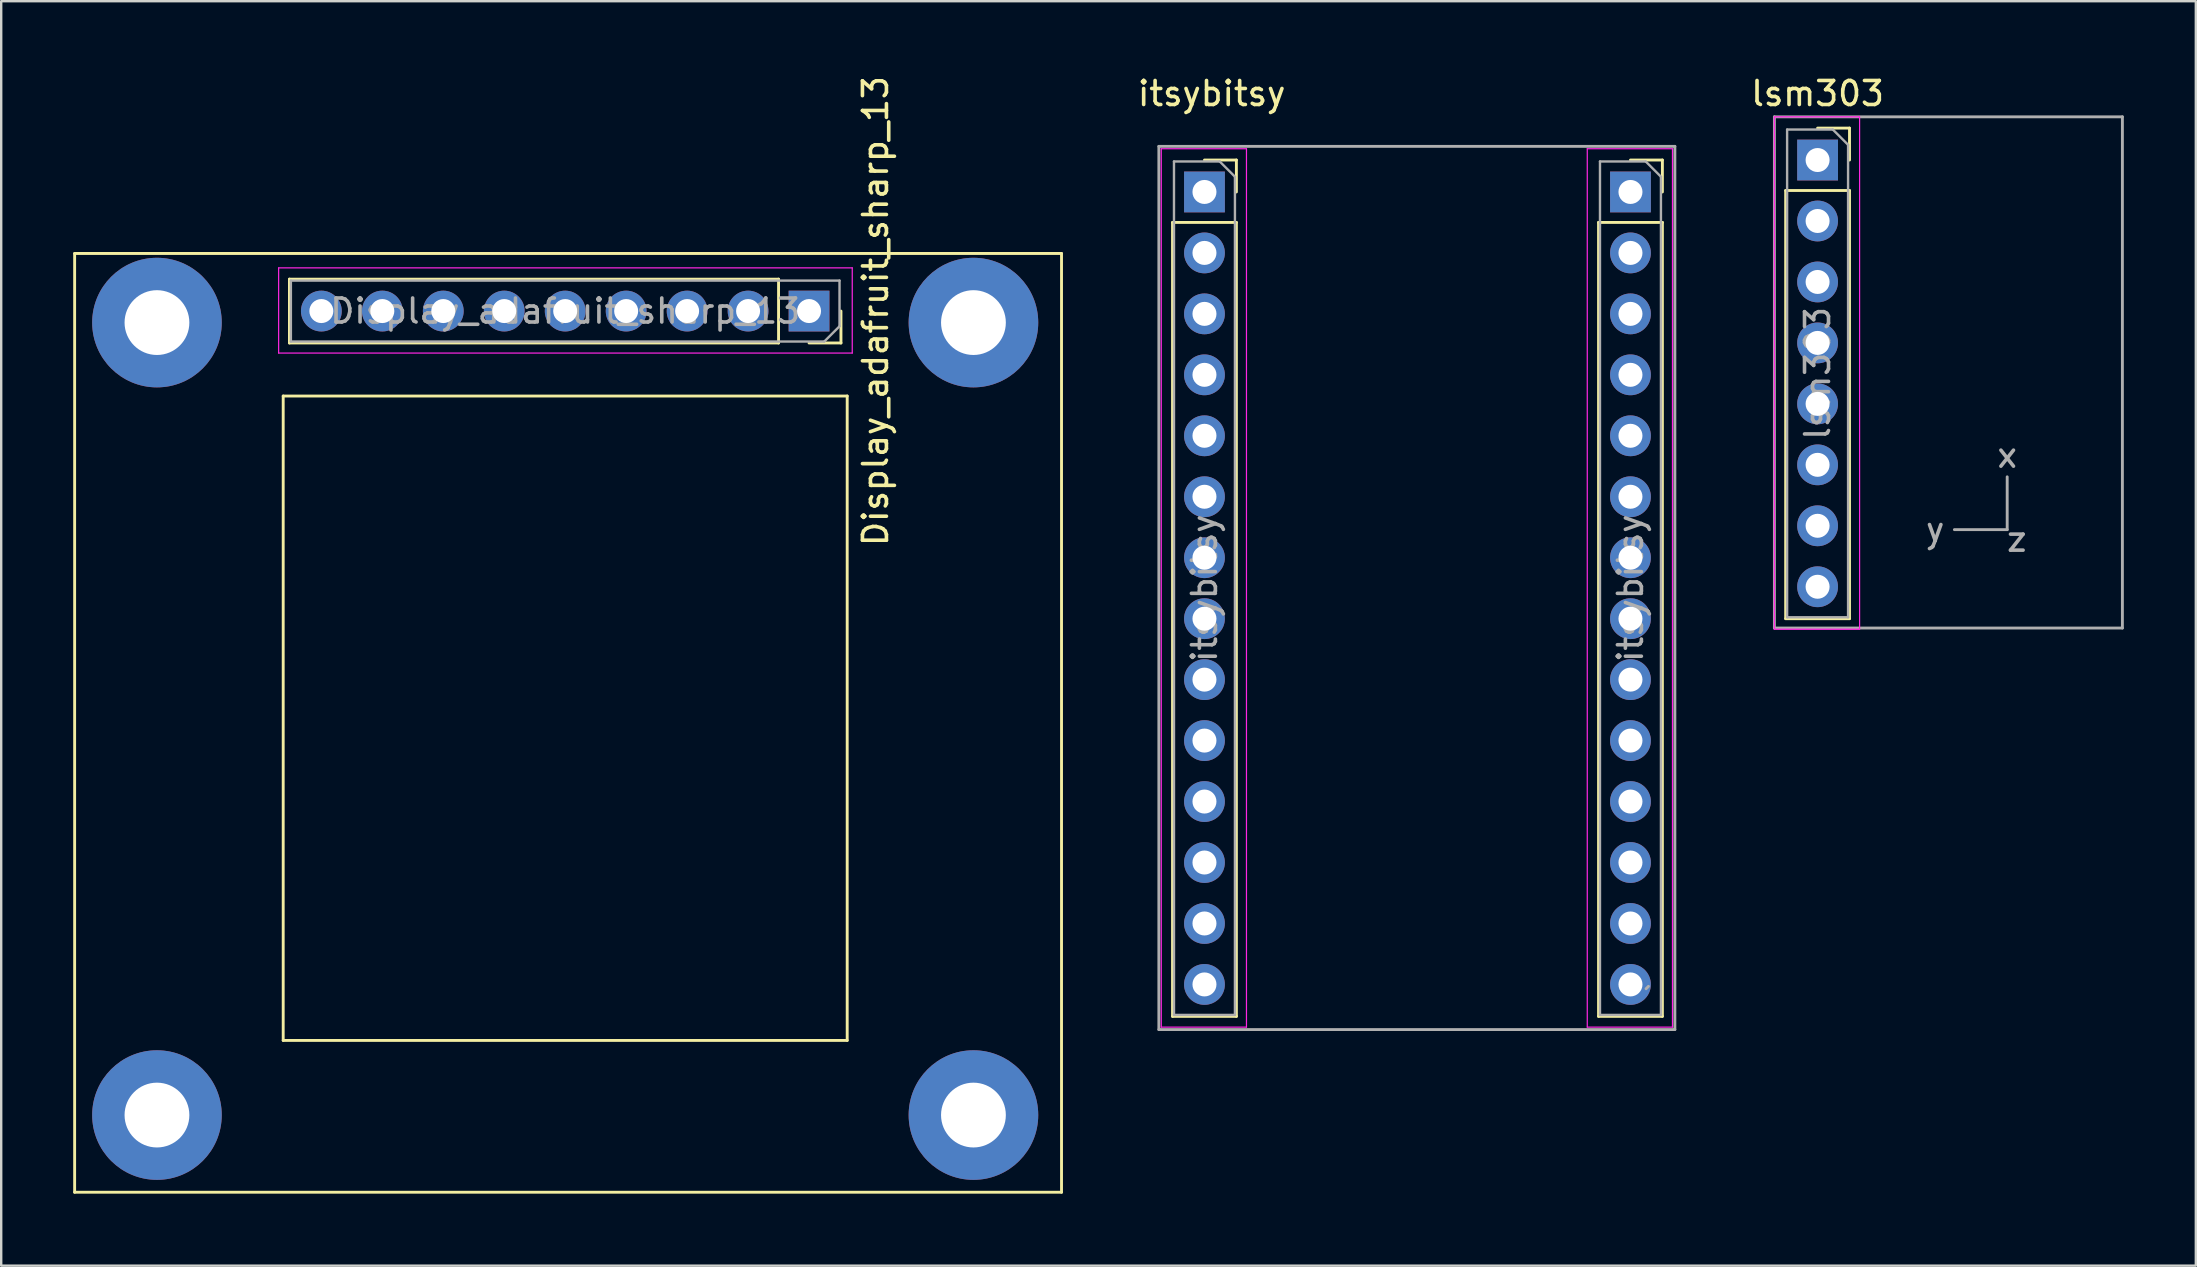
<source format=kicad_pcb>
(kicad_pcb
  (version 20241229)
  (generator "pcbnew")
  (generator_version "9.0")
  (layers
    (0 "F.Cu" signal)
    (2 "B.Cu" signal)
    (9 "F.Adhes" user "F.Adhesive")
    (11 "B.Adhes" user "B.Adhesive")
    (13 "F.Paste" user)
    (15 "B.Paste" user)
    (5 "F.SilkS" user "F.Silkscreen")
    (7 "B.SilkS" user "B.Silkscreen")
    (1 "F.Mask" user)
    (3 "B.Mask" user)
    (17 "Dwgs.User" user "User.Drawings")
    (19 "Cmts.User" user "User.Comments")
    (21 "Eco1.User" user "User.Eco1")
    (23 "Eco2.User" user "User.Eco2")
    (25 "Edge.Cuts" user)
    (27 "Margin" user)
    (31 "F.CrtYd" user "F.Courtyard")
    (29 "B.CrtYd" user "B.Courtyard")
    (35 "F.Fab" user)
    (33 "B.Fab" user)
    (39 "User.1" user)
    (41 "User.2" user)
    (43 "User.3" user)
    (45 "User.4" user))
  (footprint "itsybitsy"
    (layer "F.Cu")
    (at 47.136 4.948)
    (property "Reference" "itsybitsy" (at 0.3 -4.1 0) (layer "F.SilkS") (effects (font (size 1 1) (thickness 0.15))))
    (attr through_hole)
    (fp_line (start -1.33 1.27) (end -1.33 34.35) (stroke (width 0.12) (type solid)) (layer "F.SilkS"))
    (fp_line (start -1.33 1.27) (end 1.33 1.27) (stroke (width 0.12) (type solid)) (layer "F.SilkS"))
    (fp_line (start -1.33 34.35) (end 1.33 34.35) (stroke (width 0.12) (type solid)) (layer "F.SilkS"))
    (fp_line (start 0 -1.33) (end 1.33 -1.33) (stroke (width 0.12) (type solid)) (layer "F.SilkS"))
    (fp_line (start 1.33 -1.33) (end 1.33 0) (stroke (width 0.12) (type solid)) (layer "F.SilkS"))
    (fp_line (start 1.33 1.27) (end 1.33 34.35) (stroke (width 0.12) (type solid)) (layer "F.SilkS"))
    (fp_line (start 16.42 1.27) (end 16.42 34.35) (stroke (width 0.12) (type solid)) (layer "F.SilkS"))
    (fp_line (start 16.42 1.27) (end 19.08 1.27) (stroke (width 0.12) (type solid)) (layer "F.SilkS"))
    (fp_line (start 16.42 34.35) (end 19.08 34.35) (stroke (width 0.12) (type solid)) (layer "F.SilkS"))
    (fp_line (start 17.75 -1.33) (end 19.08 -1.33) (stroke (width 0.12) (type solid)) (layer "F.SilkS"))
    (fp_line (start 19.08 -1.33) (end 19.08 0) (stroke (width 0.12) (type solid)) (layer "F.SilkS"))
    (fp_line (start 19.08 1.27) (end 19.08 34.35) (stroke (width 0.12) (type solid)) (layer "F.SilkS"))
    (fp_line (start -1.8 -1.8) (end 1.75 -1.8) (stroke (width 0.05) (type solid)) (layer "F.CrtYd"))
    (fp_line (start -1.8 34.8) (end -1.8 -1.8) (stroke (width 0.05) (type solid)) (layer "F.CrtYd"))
    (fp_line (start 1.75 -1.8) (end 1.75 34.8) (stroke (width 0.05) (type solid)) (layer "F.CrtYd"))
    (fp_line (start 1.75 34.8) (end -1.8 34.8) (stroke (width 0.05) (type solid)) (layer "F.CrtYd"))
    (fp_line (start 15.95 -1.8) (end 19.5 -1.8) (stroke (width 0.05) (type solid)) (layer "F.CrtYd"))
    (fp_line (start 15.95 34.8) (end 15.95 -1.8) (stroke (width 0.05) (type solid)) (layer "F.CrtYd"))
    (fp_line (start 19.5 -1.8) (end 19.5 34.8) (stroke (width 0.05) (type solid)) (layer "F.CrtYd"))
    (fp_line (start 19.5 34.8) (end 15.95 34.8) (stroke (width 0.05) (type solid)) (layer "F.CrtYd"))
    (fp_line (start -1.9 -1.9) (end -1.9 34.9) (stroke (width 0.12) (type solid)) (layer "F.Fab"))
    (fp_line (start -1.9 34.9) (end 19.6 34.9) (stroke (width 0.12) (type solid)) (layer "F.Fab"))
    (fp_line (start -1.27 -1.27) (end 0.635 -1.27) (stroke (width 0.1) (type solid)) (layer "F.Fab"))
    (fp_line (start -1.27 34.29) (end -1.27 -1.27) (stroke (width 0.1) (type solid)) (layer "F.Fab"))
    (fp_line (start 0.635 -1.27) (end 1.27 -0.635) (stroke (width 0.1) (type solid)) (layer "F.Fab"))
    (fp_line (start 1.27 -0.635) (end 1.27 34.29) (stroke (width 0.1) (type solid)) (layer "F.Fab"))
    (fp_line (start 1.27 34.29) (end -1.27 34.29) (stroke (width 0.1) (type solid)) (layer "F.Fab"))
    (fp_line (start 16.48 -1.27) (end 18.385 -1.27) (stroke (width 0.1) (type solid)) (layer "F.Fab"))
    (fp_line (start 16.48 34.29) (end 16.48 -1.27) (stroke (width 0.1) (type solid)) (layer "F.Fab"))
    (fp_line (start 18.385 -1.27) (end 19.02 -0.635) (stroke (width 0.1) (type solid)) (layer "F.Fab"))
    (fp_line (start 18.5 33.1) (end 18.4 33.2) (stroke (width 0.12) (type solid)) (layer "F.Fab"))
    (fp_line (start 19.02 -0.635) (end 19.02 34.29) (stroke (width 0.1) (type solid)) (layer "F.Fab"))
    (fp_line (start 19.02 34.29) (end 16.48 34.29) (stroke (width 0.1) (type solid)) (layer "F.Fab"))
    (fp_line (start 19.6 -1.9) (end -1.9 -1.9) (stroke (width 0.12) (type solid)) (layer "F.Fab"))
    (fp_line (start 19.6 34.9) (end 19.6 -1.9) (stroke (width 0.12) (type solid)) (layer "F.Fab"))
    (fp_text user "${REFERENCE}" (at 0 16.51 90) (layer "F.Fab") (effects (font (size 1 1) (thickness 0.15))))
    (fp_text user "${REFERENCE}" (at 17.75 16.51 90) (layer "F.Fab") (effects (font (size 1 1) (thickness 0.15))))
    (pad "1" thru_hole rect (at 0 0) (size 1.7 1.7) (drill 1) (layers "*.Cu" "*.Mask"))
    (pad "2" thru_hole oval (at 0 2.54) (size 1.7 1.7) (drill 1) (layers "*.Cu" "*.Mask"))
    (pad "3" thru_hole oval (at 0 5.08) (size 1.7 1.7) (drill 1) (layers "*.Cu" "*.Mask"))
    (pad "4" thru_hole oval (at 0 7.62) (size 1.7 1.7) (drill 1) (layers "*.Cu" "*.Mask"))
    (pad "5" thru_hole oval (at 0 10.16) (size 1.7 1.7) (drill 1) (layers "*.Cu" "*.Mask"))
    (pad "6" thru_hole oval (at 0 12.7) (size 1.7 1.7) (drill 1) (layers "*.Cu" "*.Mask"))
    (pad "7" thru_hole oval (at 0 15.24) (size 1.7 1.7) (drill 1) (layers "*.Cu" "*.Mask"))
    (pad "8" thru_hole oval (at 0 17.78) (size 1.7 1.7) (drill 1) (layers "*.Cu" "*.Mask"))
    (pad "9" thru_hole oval (at 0 20.32) (size 1.7 1.7) (drill 1) (layers "*.Cu" "*.Mask"))
    (pad "10" thru_hole oval (at 0 22.86) (size 1.7 1.7) (drill 1) (layers "*.Cu" "*.Mask"))
    (pad "11" thru_hole oval (at 0 25.4) (size 1.7 1.7) (drill 1) (layers "*.Cu" "*.Mask"))
    (pad "12" thru_hole oval (at 0 27.94) (size 1.7 1.7) (drill 1) (layers "*.Cu" "*.Mask"))
    (pad "13" thru_hole oval (at 0 30.48) (size 1.7 1.7) (drill 1) (layers "*.Cu" "*.Mask"))
    (pad "14" thru_hole oval (at 0 33.02) (size 1.7 1.7) (drill 1) (layers "*.Cu" "*.Mask"))
    (pad "15" thru_hole oval (at 17.75 33.02) (size 1.7 1.7) (drill 1) (layers "*.Cu" "*.Mask"))
    (pad "16" thru_hole oval (at 17.75 30.48) (size 1.7 1.7) (drill 1) (layers "*.Cu" "*.Mask"))
    (pad "17" thru_hole oval (at 17.75 27.94) (size 1.7 1.7) (drill 1) (layers "*.Cu" "*.Mask"))
    (pad "18" thru_hole oval (at 17.75 25.4) (size 1.7 1.7) (drill 1) (layers "*.Cu" "*.Mask"))
    (pad "19" thru_hole oval (at 17.75 22.86) (size 1.7 1.7) (drill 1) (layers "*.Cu" "*.Mask"))
    (pad "20" thru_hole oval (at 17.75 20.32) (size 1.7 1.7) (drill 1) (layers "*.Cu" "*.Mask"))
    (pad "21" thru_hole oval (at 17.75 17.78) (size 1.7 1.7) (drill 1) (layers "*.Cu" "*.Mask"))
    (pad "22" thru_hole oval (at 17.75 15.24) (size 1.7 1.7) (drill 1) (layers "*.Cu" "*.Mask"))
    (pad "23" thru_hole oval (at 17.75 12.7) (size 1.7 1.7) (drill 1) (layers "*.Cu" "*.Mask"))
    (pad "24" thru_hole oval (at 17.75 10.16) (size 1.7 1.7) (drill 1) (layers "*.Cu" "*.Mask"))
    (pad "25" thru_hole oval (at 17.75 7.62) (size 1.7 1.7) (drill 1) (layers "*.Cu" "*.Mask"))
    (pad "26" thru_hole oval (at 17.75 5.08) (size 1.7 1.7) (drill 1) (layers "*.Cu" "*.Mask"))
    (pad "27" thru_hole oval (at 17.75 2.54) (size 1.7 1.7) (drill 1) (layers "*.Cu" "*.Mask"))
    (pad "28" thru_hole rect (at 17.75 0) (size 1.7 1.7) (drill 1) (layers "*.Cu" "*.Mask")))
  (footprint "Display_adafruit_sharp_13"
    (layer "F.Cu")
    (at 10.34 9.911)
    (property "Reference" "Display_adafruit_sharp_13" (at 23.09 0 270) (layer "F.SilkS") (effects (font (size 1 1) (thickness 0.15))))
    (attr through_hole)
    (fp_line (start -10.28 -2.4) (end -10.28 36.716) (stroke (width 0.12) (type solid)) (layer "F.SilkS"))
    (fp_line (start -10.28 -2.4) (end 30.84 -2.4) (stroke (width 0.12) (type solid)) (layer "F.SilkS"))
    (fp_line (start -1.59 3.54) (end -1.59 30.39) (stroke (width 0.12) (type solid)) (layer "F.SilkS"))
    (fp_line (start -1.59 3.54) (end 21.91 3.54) (stroke (width 0.12) (type solid)) (layer "F.SilkS"))
    (fp_line (start -1.59 30.39) (end 21.91 30.39) (stroke (width 0.12) (type solid)) (layer "F.SilkS"))
    (fp_line (start -1.33 -1.33) (end -1.33 1.33) (stroke (width 0.12) (type solid)) (layer "F.SilkS"))
    (fp_line (start 19.05 -1.33) (end -1.33 -1.33) (stroke (width 0.12) (type solid)) (layer "F.SilkS"))
    (fp_line (start 19.05 -1.33) (end 19.05 1.33) (stroke (width 0.12) (type solid)) (layer "F.SilkS"))
    (fp_line (start 19.05 1.33) (end -1.33 1.33) (stroke (width 0.12) (type solid)) (layer "F.SilkS"))
    (fp_line (start 21.65 0) (end 21.65 1.33) (stroke (width 0.12) (type solid)) (layer "F.SilkS"))
    (fp_line (start 21.65 1.33) (end 20.32 1.33) (stroke (width 0.12) (type solid)) (layer "F.SilkS"))
    (fp_line (start 21.91 3.54) (end 21.91 30.39) (stroke (width 0.12) (type solid)) (layer "F.SilkS"))
    (fp_line (start 30.84 -2.4) (end 30.84 36.716) (stroke (width 0.12) (type solid)) (layer "F.SilkS"))
    (fp_line (start 30.84 36.716) (end -10.28 36.716) (stroke (width 0.12) (type solid)) (layer "F.SilkS"))
    (fp_line (start -1.78 -1.8) (end 22.12 -1.8) (stroke (width 0.05) (type solid)) (layer "F.CrtYd"))
    (fp_line (start -1.78 1.75) (end -1.78 -1.8) (stroke (width 0.05) (type solid)) (layer "F.CrtYd"))
    (fp_line (start 22.12 -1.8) (end 22.12 1.75) (stroke (width 0.05) (type solid)) (layer "F.CrtYd"))
    (fp_line (start 22.12 1.75) (end -1.78 1.75) (stroke (width 0.05) (type solid)) (layer "F.CrtYd"))
    (fp_line (start -1.27 -1.27) (end 21.59 -1.27) (stroke (width 0.1) (type solid)) (layer "F.Fab"))
    (fp_line (start -1.27 1.27) (end -1.27 -1.27) (stroke (width 0.1) (type solid)) (layer "F.Fab"))
    (fp_line (start 20.955 1.27) (end -1.27 1.27) (stroke (width 0.1) (type solid)) (layer "F.Fab"))
    (fp_line (start 21.59 -1.27) (end 21.59 0.635) (stroke (width 0.1) (type solid)) (layer "F.Fab"))
    (fp_line (start 21.59 0.635) (end 20.955 1.27) (stroke (width 0.1) (type solid)) (layer "F.Fab"))
    (fp_text user "${REFERENCE}" (at 10.16 0 0) (layer "F.Fab") (effects (font (size 1 1) (thickness 0.15))))
    (pad "" np_thru_hole circle (at -6.85 0.48) (size 5.4 5.4) (drill 2.7) (layers "*.Cu" "*.Mask"))
    (pad "" np_thru_hole circle (at -6.85 33.5) (size 5.4 5.4) (drill 2.7) (layers "*.Cu" "*.Mask"))
    (pad "" np_thru_hole circle (at 27.17 0.48) (size 5.4 5.4) (drill 2.7) (layers "*.Cu" "*.Mask"))
    (pad "" np_thru_hole circle (at 27.17 33.5) (size 5.4 5.4) (drill 2.7) (layers "*.Cu" "*.Mask"))
    (pad "1" thru_hole rect (at 20.32 0 270) (size 1.7 1.7) (drill 1) (layers "*.Cu" "*.Mask"))
    (pad "2" thru_hole oval (at 17.78 0 270) (size 1.7 1.7) (drill 1) (layers "*.Cu" "*.Mask"))
    (pad "3" thru_hole oval (at 15.24 0 270) (size 1.7 1.7) (drill 1) (layers "*.Cu" "*.Mask"))
    (pad "4" thru_hole oval (at 12.7 0 270) (size 1.7 1.7) (drill 1) (layers "*.Cu" "*.Mask"))
    (pad "5" thru_hole oval (at 10.16 0 270) (size 1.7 1.7) (drill 1) (layers "*.Cu" "*.Mask"))
    (pad "6" thru_hole oval (at 7.62 0 270) (size 1.7 1.7) (drill 1) (layers "*.Cu" "*.Mask"))
    (pad "7" thru_hole oval (at 5.08 0 270) (size 1.7 1.7) (drill 1) (layers "*.Cu" "*.Mask"))
    (pad "8" thru_hole oval (at 2.54 0 270) (size 1.7 1.7) (drill 1) (layers "*.Cu" "*.Mask"))
    (pad "9" thru_hole oval (at 0 0 270) (size 1.7 1.7) (drill 1) (layers "*.Cu" "*.Mask")))
  (footprint "lsm303"
    (layer "F.Cu")
    (at 72.683 3.618)
    (property "Reference" "lsm303" (at 0 -2.77 0) (layer "F.SilkS") (effects (font (size 1 1) (thickness 0.15))))
    (attr through_hole)
    (fp_line (start -1.33 1.27) (end -1.33 19.11) (stroke (width 0.12) (type solid)) (layer "F.SilkS"))
    (fp_line (start -1.33 1.27) (end 1.33 1.27) (stroke (width 0.12) (type solid)) (layer "F.SilkS"))
    (fp_line (start -1.33 19.11) (end 1.33 19.11) (stroke (width 0.12) (type solid)) (layer "F.SilkS"))
    (fp_line (start 0 -1.33) (end 1.33 -1.33) (stroke (width 0.12) (type solid)) (layer "F.SilkS"))
    (fp_line (start 1.33 -1.33) (end 1.33 0) (stroke (width 0.12) (type solid)) (layer "F.SilkS"))
    (fp_line (start 1.33 1.27) (end 1.33 19.11) (stroke (width 0.12) (type solid)) (layer "F.SilkS"))
    (fp_line (start -1.8 -1.8) (end 1.75 -1.8) (stroke (width 0.05) (type solid)) (layer "F.CrtYd"))
    (fp_line (start -1.8 19.55) (end -1.8 -1.8) (stroke (width 0.05) (type solid)) (layer "F.CrtYd"))
    (fp_line (start 1.75 -1.8) (end 1.75 19.55) (stroke (width 0.05) (type solid)) (layer "F.CrtYd"))
    (fp_line (start 1.75 19.55) (end -1.8 19.55) (stroke (width 0.05) (type solid)) (layer "F.CrtYd"))
    (fp_line (start -1.8 -1.8) (end 12.7 -1.8) (stroke (width 0.12) (type solid)) (layer "F.Fab"))
    (fp_line (start -1.8 19.5) (end -1.8 -1.8) (stroke (width 0.12) (type solid)) (layer "F.Fab"))
    (fp_line (start -1.8 19.5) (end 12.7 19.5) (stroke (width 0.12) (type solid)) (layer "F.Fab"))
    (fp_line (start -1.27 -1.27) (end 0.635 -1.27) (stroke (width 0.1) (type solid)) (layer "F.Fab"))
    (fp_line (start -1.27 19.05) (end -1.27 -1.27) (stroke (width 0.1) (type solid)) (layer "F.Fab"))
    (fp_line (start 0.635 -1.27) (end 1.27 -0.635) (stroke (width 0.1) (type solid)) (layer "F.Fab"))
    (fp_line (start 1.27 -0.635) (end 1.27 19.05) (stroke (width 0.1) (type solid)) (layer "F.Fab"))
    (fp_line (start 1.27 19.05) (end -1.27 19.05) (stroke (width 0.1) (type solid)) (layer "F.Fab"))
    (fp_line (start 7.9 15.4) (end 5.7 15.4) (stroke (width 0.12) (type solid)) (layer "F.Fab"))
    (fp_line (start 7.9 15.4) (end 7.9 13.2) (stroke (width 0.12) (type solid)) (layer "F.Fab"))
    (fp_line (start 12.7 19.5) (end 12.7 -1.8) (stroke (width 0.12) (type solid)) (layer "F.Fab"))
    (fp_text user "${REFERENCE}" (at 0 8.89 90) (layer "F.Fab") (effects (font (size 1 1) (thickness 0.15))))
    (fp_text user "y" (at 4.9 15.4 0) (layer "F.Fab") (effects (font (size 1 1) (thickness 0.15))))
    (fp_text user "x" (at 7.9 12.3 0) (layer "F.Fab") (effects (font (size 1 1) (thickness 0.15))))
    (fp_text user "z" (at 8.3 15.8 0) (layer "F.Fab") (effects (font (size 1 1) (thickness 0.15))))
    (pad "1" thru_hole rect (at 0 0) (size 1.7 1.7) (drill 1) (layers "*.Cu" "*.Mask"))
    (pad "2" thru_hole oval (at 0 2.54) (size 1.7 1.7) (drill 1) (layers "*.Cu" "*.Mask"))
    (pad "3" thru_hole oval (at 0 5.08) (size 1.7 1.7) (drill 1) (layers "*.Cu" "*.Mask"))
    (pad "4" thru_hole oval (at 0 7.62) (size 1.7 1.7) (drill 1) (layers "*.Cu" "*.Mask"))
    (pad "5" thru_hole oval (at 0 10.16) (size 1.7 1.7) (drill 1) (layers "*.Cu" "*.Mask"))
    (pad "6" thru_hole oval (at 0 12.7) (size 1.7 1.7) (drill 1) (layers "*.Cu" "*.Mask"))
    (pad "7" thru_hole oval (at 0 15.24) (size 1.7 1.7) (drill 1) (layers "*.Cu" "*.Mask"))
    (pad "8" thru_hole oval (at 0 17.78) (size 1.7 1.7) (drill 1) (layers "*.Cu" "*.Mask")))
  (gr_rect
    (start -3 -3)
    (end 88.443 49.687)
    (stroke (width 0.1) (type default))
    (fill no)
    (layer "Edge.Cuts")))
</source>
